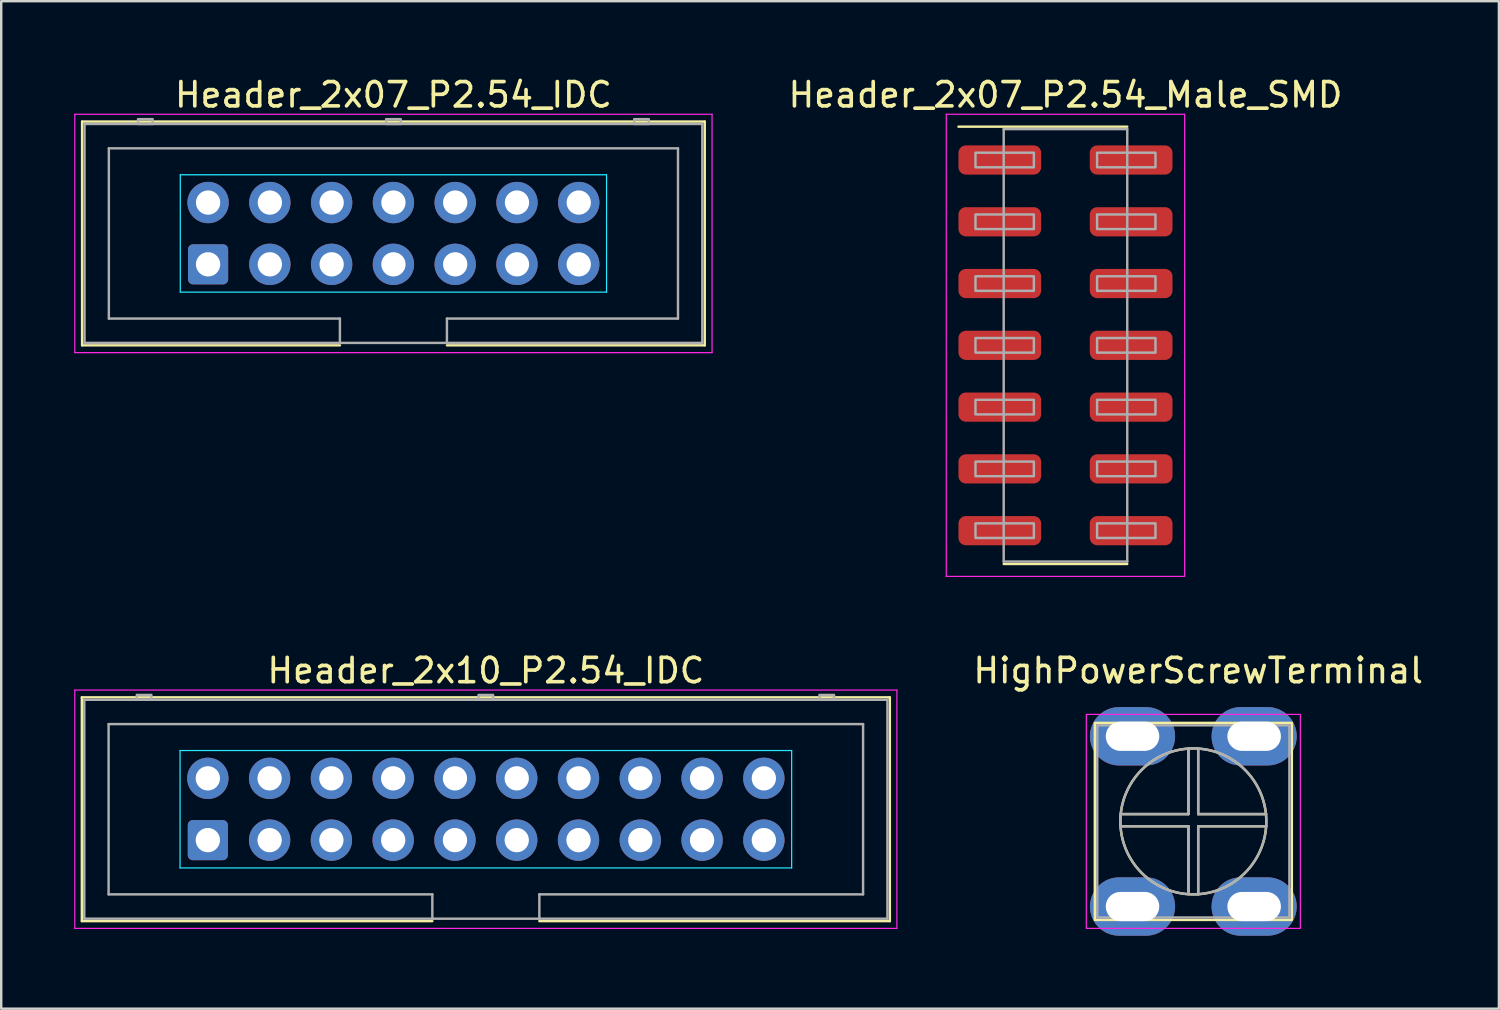
<source format=kicad_pcb>
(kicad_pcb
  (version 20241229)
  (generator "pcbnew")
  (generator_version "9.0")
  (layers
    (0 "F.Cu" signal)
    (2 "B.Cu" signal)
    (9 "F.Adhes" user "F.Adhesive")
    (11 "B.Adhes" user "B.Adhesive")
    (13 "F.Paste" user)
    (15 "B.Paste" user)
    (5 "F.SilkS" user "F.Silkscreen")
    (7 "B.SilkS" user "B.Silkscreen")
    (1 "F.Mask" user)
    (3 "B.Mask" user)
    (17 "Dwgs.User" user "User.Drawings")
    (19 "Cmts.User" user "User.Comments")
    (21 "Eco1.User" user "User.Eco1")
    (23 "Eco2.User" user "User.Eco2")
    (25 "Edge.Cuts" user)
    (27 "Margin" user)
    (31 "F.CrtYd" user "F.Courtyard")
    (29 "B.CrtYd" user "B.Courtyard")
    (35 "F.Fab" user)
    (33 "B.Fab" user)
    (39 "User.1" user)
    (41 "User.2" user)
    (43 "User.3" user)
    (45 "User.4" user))
  (footprint "Header_2x07_P2.54_IDC"
    (layer "F.Cu")
    (at 13.125 6.548)
    (property "Reference" "Header_2x07_P2.54_IDC" (at 0 -5.7 0) (layer "F.SilkS") (effects (font (size 1 1) (thickness 0.15))))
    (attr through_hole)
    (fp_line (start -12.8 -4.6) (end -12.8 4.6) (stroke (width 0.1) (type solid)) (layer "F.SilkS"))
    (fp_line (start -12.8 4.6) (end -2.2 4.6) (stroke (width 0.1) (type solid)) (layer "F.SilkS"))
    (fp_line (start 2.2 4.6) (end 12.8 4.6) (stroke (width 0.1) (type solid)) (layer "F.SilkS"))
    (fp_line (start 12.8 -4.6) (end -12.8 -4.6) (stroke (width 0.1) (type solid)) (layer "F.SilkS"))
    (fp_line (start 12.8 4.6) (end 12.8 -4.6) (stroke (width 0.1) (type solid)) (layer "F.SilkS"))
    (fp_line (start -8.763 -2.413) (end -8.763 2.413) (stroke (width 0.05) (type solid)) (layer "B.CrtYd"))
    (fp_line (start -8.763 2.413) (end 8.763 2.413) (stroke (width 0.05) (type solid)) (layer "B.CrtYd"))
    (fp_line (start 8.763 -2.413) (end -8.763 -2.413) (stroke (width 0.05) (type solid)) (layer "B.CrtYd"))
    (fp_line (start 8.763 2.413) (end 8.763 -2.413) (stroke (width 0.05) (type solid)) (layer "B.CrtYd"))
    (fp_line (start -13.1 -4.9) (end -13.1 4.9) (stroke (width 0.05) (type solid)) (layer "F.CrtYd"))
    (fp_line (start -13.1 4.9) (end 13.1 4.9) (stroke (width 0.05) (type solid)) (layer "F.CrtYd"))
    (fp_line (start 13.1 -4.9) (end -13.1 -4.9) (stroke (width 0.05) (type solid)) (layer "F.CrtYd"))
    (fp_line (start 13.1 4.9) (end 13.1 -4.9) (stroke (width 0.05) (type solid)) (layer "F.CrtYd"))
    (fp_line (start -12.7 -4.5) (end -12.7 4.5) (stroke (width 0.1) (type solid)) (layer "F.Fab"))
    (fp_line (start -12.7 -4.5) (end 12.7 -4.5) (stroke (width 0.1) (type solid)) (layer "F.Fab"))
    (fp_line (start -12.7 4.5) (end 12.7 4.5) (stroke (width 0.1) (type solid)) (layer "F.Fab"))
    (fp_line (start -11.7 -3.5) (end 11.7 -3.5) (stroke (width 0.1) (type solid)) (layer "F.Fab"))
    (fp_line (start -11.7 3.5) (end -11.7 -3.5) (stroke (width 0.1) (type solid)) (layer "F.Fab"))
    (fp_line (start -2.2 3.5) (end -11.7 3.5) (stroke (width 0.1) (type solid)) (layer "F.Fab"))
    (fp_line (start -2.2 3.5) (end -2.2 4.5) (stroke (width 0.1) (type solid)) (layer "F.Fab"))
    (fp_line (start 2.2 3.5) (end 2.2 4.5) (stroke (width 0.1) (type solid)) (layer "F.Fab"))
    (fp_line (start 11.7 -3.5) (end 11.7 3.5) (stroke (width 0.1) (type solid)) (layer "F.Fab"))
    (fp_line (start 11.7 3.5) (end 2.2 3.5) (stroke (width 0.1) (type solid)) (layer "F.Fab"))
    (fp_line (start 12.7 -4.5) (end 12.7 4.5) (stroke (width 0.1) (type solid)) (layer "F.Fab"))
    (fp_poly (pts (xy -9.9 -4.5) (xy -10.5 -4.5) (xy -10.5 -4.7) (xy -9.9 -4.7)) (stroke (width 0.1) (type solid)) (fill no) (layer "F.Fab"))
    (fp_poly (pts (xy 0.3 -4.5) (xy -0.3 -4.5) (xy -0.3 -4.7) (xy 0.3 -4.7)) (stroke (width 0.1) (type solid)) (fill no) (layer "F.Fab"))
    (fp_poly (pts (xy 10.5 -4.5) (xy 9.9 -4.5) (xy 9.9 -4.7) (xy 10.5 -4.7)) (stroke (width 0.1) (type solid)) (fill no) (layer "F.Fab"))
    (pad "1" thru_hole roundrect (at -7.62 1.27) (size 1.65 1.65) (drill 1) (layers "*.Cu" "*.Mask") (roundrect_rratio 0.125))
    (pad "2" thru_hole circle (at -7.62 -1.27) (size 1.7 1.7) (drill 1) (layers "*.Cu" "*.Mask"))
    (pad "3" thru_hole circle (at -5.08 1.27) (size 1.7 1.7) (drill 1) (layers "*.Cu" "*.Mask"))
    (pad "4" thru_hole circle (at -5.08 -1.27) (size 1.7 1.7) (drill 1) (layers "*.Cu" "*.Mask"))
    (pad "5" thru_hole circle (at -2.54 1.27) (size 1.7 1.7) (drill 1) (layers "*.Cu" "*.Mask"))
    (pad "6" thru_hole circle (at -2.54 -1.27) (size 1.7 1.7) (drill 1) (layers "*.Cu" "*.Mask"))
    (pad "7" thru_hole circle (at 0 1.27) (size 1.7 1.7) (drill 1) (layers "*.Cu" "*.Mask"))
    (pad "8" thru_hole circle (at 0 -1.27) (size 1.7 1.7) (drill 1) (layers "*.Cu" "*.Mask"))
    (pad "9" thru_hole circle (at 2.54 1.27) (size 1.7 1.7) (drill 1) (layers "*.Cu" "*.Mask"))
    (pad "10" thru_hole circle (at 2.54 -1.27) (size 1.7 1.7) (drill 1) (layers "*.Cu" "*.Mask"))
    (pad "11" thru_hole circle (at 5.08 1.27) (size 1.7 1.7) (drill 1) (layers "*.Cu" "*.Mask"))
    (pad "12" thru_hole circle (at 5.08 -1.27) (size 1.7 1.7) (drill 1) (layers "*.Cu" "*.Mask"))
    (pad "13" thru_hole circle (at 7.62 1.27) (size 1.7 1.7) (drill 1) (layers "*.Cu" "*.Mask"))
    (pad "14" thru_hole circle (at 7.62 -1.27) (size 1.7 1.7) (drill 1) (layers "*.Cu" "*.Mask")))
  (footprint "HighPowerScrewTerminal"
    (layer "F.Cu")
    (at 46.013 30.721)
    (property "Reference" "HighPowerScrewTerminal" (at 0.2 -6.2 0) (unlocked yes) (layer "F.SilkS") (effects (font (size 1 1) (thickness 0.15))))
    (attr through_hole)
    (fp_line (start -3 0.2) (end -0.2 0.2) (stroke (width 0.1) (type solid)) (layer "F.SilkS"))
    (fp_line (start -0.2 -3) (end -0.2 -0.3) (stroke (width 0.1) (type solid)) (layer "F.SilkS"))
    (fp_line (start -0.2 -0.3) (end -2.9 -0.3) (stroke (width 0.1) (type solid)) (layer "F.SilkS"))
    (fp_line (start -0.2 0.2) (end -0.2 2.9) (stroke (width 0.1) (type solid)) (layer "F.SilkS"))
    (fp_line (start 0.2 -3) (end 0.2 -0.3) (stroke (width 0.1) (type solid)) (layer "F.SilkS"))
    (fp_line (start 0.2 -0.3) (end 3 -0.3) (stroke (width 0.1) (type solid)) (layer "F.SilkS"))
    (fp_line (start 0.2 0.2) (end 3 0.2) (stroke (width 0.1) (type solid)) (layer "F.SilkS"))
    (fp_line (start 0.2 3) (end 0.2 0.2) (stroke (width 0.1) (type solid)) (layer "F.SilkS"))
    (fp_rect (start -4.05 -4.05) (end 4.05 4.05) (stroke (width 0.1) (type solid)) (fill no) (layer "F.SilkS"))
    (fp_circle (center 0 0) (end 0 3) (stroke (width 0.1) (type solid)) (fill no) (layer "F.SilkS"))
    (fp_rect (start -4.4 -4.4) (end 4.4 4.4) (stroke (width 0.05) (type solid)) (fill no) (layer "F.CrtYd"))
    (fp_line (start -3 -0.3) (end -0.2 -0.3) (stroke (width 0.1) (type solid)) (layer "F.Fab"))
    (fp_line (start -0.2 -0.3) (end -0.2 -3) (stroke (width 0.1) (type solid)) (layer "F.Fab"))
    (fp_line (start -0.2 0.2) (end -3 0.2) (stroke (width 0.1) (type solid)) (layer "F.Fab"))
    (fp_line (start -0.2 3) (end -0.2 0.2) (stroke (width 0.1) (type solid)) (layer "F.Fab"))
    (fp_line (start 0.2 -3) (end 0.2 -0.3) (stroke (width 0.1) (type solid)) (layer "F.Fab"))
    (fp_line (start 0.2 -0.3) (end 2.9 -0.3) (stroke (width 0.1) (type solid)) (layer "F.Fab"))
    (fp_line (start 0.2 0.2) (end 0.2 3) (stroke (width 0.1) (type solid)) (layer "F.Fab"))
    (fp_line (start 3 0.2) (end 0.2 0.2) (stroke (width 0.1) (type solid)) (layer "F.Fab"))
    (fp_rect (start -3.95 -3.95) (end 3.95 3.95) (stroke (width 0.1) (type solid)) (fill no) (layer "F.Fab"))
    (fp_circle (center 0 0) (end 0 3) (stroke (width 0.1) (type solid)) (fill no) (layer "F.Fab"))
    (pad "1" thru_hole oval (at -2.5 -3.5) (size 3.5 2.4) (drill oval 2.2 1.2) (layers "*.Cu" "*.Mask"))
    (pad "1" thru_hole oval (at -2.5 3.5) (size 3.5 2.4) (drill oval 2.2 1.2) (layers "*.Cu" "*.Mask"))
    (pad "1" thru_hole oval (at 2.5 -3.5) (size 3.5 2.4) (drill oval 2.2 1.2) (layers "*.Cu" "*.Mask"))
    (pad "1" thru_hole oval (at 2.5 3.5) (size 3.5 2.4) (drill oval 2.2 1.2) (layers "*.Cu" "*.Mask")))
  (footprint "Header_2x10_P2.54_IDC"
    (layer "F.Cu")
    (at 16.925 30.221)
    (property "Reference" "Header_2x10_P2.54_IDC" (at 0 -5.7 0) (layer "F.SilkS") (effects (font (size 1 1) (thickness 0.15))))
    (attr through_hole)
    (fp_line (start -16.61 -4.6) (end -16.61 4.6) (stroke (width 0.1) (type solid)) (layer "F.SilkS"))
    (fp_line (start -16.61 4.6) (end -2.2 4.6) (stroke (width 0.1) (type solid)) (layer "F.SilkS"))
    (fp_line (start 2.2 4.6) (end 16.61 4.6) (stroke (width 0.1) (type solid)) (layer "F.SilkS"))
    (fp_line (start 16.61 -4.6) (end -16.61 -4.6) (stroke (width 0.1) (type solid)) (layer "F.SilkS"))
    (fp_line (start 16.61 4.6) (end 16.61 -4.6) (stroke (width 0.1) (type solid)) (layer "F.SilkS"))
    (fp_line (start -12.573 -2.413) (end -12.573 2.413) (stroke (width 0.05) (type solid)) (layer "B.CrtYd"))
    (fp_line (start -12.573 2.413) (end 12.573 2.413) (stroke (width 0.05) (type solid)) (layer "B.CrtYd"))
    (fp_line (start 12.573 -2.413) (end -12.573 -2.413) (stroke (width 0.05) (type solid)) (layer "B.CrtYd"))
    (fp_line (start 12.573 2.413) (end 12.573 -2.413) (stroke (width 0.05) (type solid)) (layer "B.CrtYd"))
    (fp_line (start -16.9 -4.9) (end -16.9 4.9) (stroke (width 0.05) (type solid)) (layer "F.CrtYd"))
    (fp_line (start -16.9 4.9) (end 16.9 4.9) (stroke (width 0.05) (type solid)) (layer "F.CrtYd"))
    (fp_line (start 16.9 -4.9) (end -16.9 -4.9) (stroke (width 0.05) (type solid)) (layer "F.CrtYd"))
    (fp_line (start 16.9 4.9) (end 16.9 -4.9) (stroke (width 0.05) (type solid)) (layer "F.CrtYd"))
    (fp_line (start -16.51 -4.5) (end -16.51 4.5) (stroke (width 0.1) (type solid)) (layer "F.Fab"))
    (fp_line (start -16.51 -4.5) (end 16.51 -4.5) (stroke (width 0.1) (type solid)) (layer "F.Fab"))
    (fp_line (start -16.51 4.5) (end 16.51 4.5) (stroke (width 0.1) (type solid)) (layer "F.Fab"))
    (fp_line (start -15.51 -3.5) (end 15.51 -3.5) (stroke (width 0.1) (type solid)) (layer "F.Fab"))
    (fp_line (start -15.51 3.5) (end -15.51 -3.5) (stroke (width 0.1) (type solid)) (layer "F.Fab"))
    (fp_line (start -2.2 3.5) (end -15.51 3.5) (stroke (width 0.1) (type solid)) (layer "F.Fab"))
    (fp_line (start -2.2 3.5) (end -2.2 4.5) (stroke (width 0.1) (type solid)) (layer "F.Fab"))
    (fp_line (start 2.2 3.5) (end 2.2 4.5) (stroke (width 0.1) (type solid)) (layer "F.Fab"))
    (fp_line (start 15.51 -3.5) (end 15.51 3.5) (stroke (width 0.1) (type solid)) (layer "F.Fab"))
    (fp_line (start 15.51 3.5) (end 2.2 3.5) (stroke (width 0.1) (type solid)) (layer "F.Fab"))
    (fp_line (start 16.51 -4.5) (end 16.51 4.5) (stroke (width 0.1) (type solid)) (layer "F.Fab"))
    (fp_poly (pts (xy -13.751 -4.5) (xy -14.351 -4.5) (xy -14.351 -4.7) (xy -13.751 -4.7)) (stroke (width 0.1) (type solid)) (fill no) (layer "F.Fab"))
    (fp_poly (pts (xy 0.3 -4.5) (xy -0.3 -4.5) (xy -0.3 -4.7) (xy 0.3 -4.7)) (stroke (width 0.1) (type solid)) (fill no) (layer "F.Fab"))
    (fp_poly (pts (xy 14.316 -4.5) (xy 13.716 -4.5) (xy 13.716 -4.7) (xy 14.316 -4.7)) (stroke (width 0.1) (type solid)) (fill no) (layer "F.Fab"))
    (pad "1" thru_hole roundrect (at -11.43 1.27) (size 1.65 1.65) (drill 1) (layers "*.Cu" "*.Mask") (roundrect_rratio 0.125))
    (pad "2" thru_hole circle (at -11.43 -1.27) (size 1.7 1.7) (drill 1) (layers "*.Cu" "*.Mask"))
    (pad "3" thru_hole circle (at -8.89 1.27) (size 1.7 1.7) (drill 1) (layers "*.Cu" "*.Mask"))
    (pad "4" thru_hole circle (at -8.89 -1.27) (size 1.7 1.7) (drill 1) (layers "*.Cu" "*.Mask"))
    (pad "5" thru_hole circle (at -6.35 1.27) (size 1.7 1.7) (drill 1) (layers "*.Cu" "*.Mask"))
    (pad "6" thru_hole circle (at -6.35 -1.27) (size 1.7 1.7) (drill 1) (layers "*.Cu" "*.Mask"))
    (pad "7" thru_hole circle (at -3.81 1.27) (size 1.7 1.7) (drill 1) (layers "*.Cu" "*.Mask"))
    (pad "8" thru_hole circle (at -3.81 -1.27) (size 1.7 1.7) (drill 1) (layers "*.Cu" "*.Mask"))
    (pad "9" thru_hole circle (at -1.27 1.27) (size 1.7 1.7) (drill 1) (layers "*.Cu" "*.Mask"))
    (pad "10" thru_hole circle (at -1.27 -1.27) (size 1.7 1.7) (drill 1) (layers "*.Cu" "*.Mask"))
    (pad "11" thru_hole circle (at 1.27 1.27) (size 1.7 1.7) (drill 1) (layers "*.Cu" "*.Mask"))
    (pad "12" thru_hole circle (at 1.27 -1.27) (size 1.7 1.7) (drill 1) (layers "*.Cu" "*.Mask"))
    (pad "13" thru_hole circle (at 3.81 1.27) (size 1.7 1.7) (drill 1) (layers "*.Cu" "*.Mask"))
    (pad "14" thru_hole circle (at 3.81 -1.27) (size 1.7 1.7) (drill 1) (layers "*.Cu" "*.Mask"))
    (pad "15" thru_hole circle (at 6.35 1.27) (size 1.7 1.7) (drill 1) (layers "*.Cu" "*.Mask"))
    (pad "16" thru_hole circle (at 6.35 -1.27) (size 1.7 1.7) (drill 1) (layers "*.Cu" "*.Mask"))
    (pad "17" thru_hole circle (at 8.89 1.27) (size 1.7 1.7) (drill 1) (layers "*.Cu" "*.Mask"))
    (pad "18" thru_hole circle (at 8.89 -1.27) (size 1.7 1.7) (drill 1) (layers "*.Cu" "*.Mask"))
    (pad "19" thru_hole circle (at 11.43 1.27) (size 1.7 1.7) (drill 1) (layers "*.Cu" "*.Mask"))
    (pad "20" thru_hole circle (at 11.43 -1.27) (size 1.7 1.7) (drill 1) (layers "*.Cu" "*.Mask")))
  (footprint "Header_2x07_P2.54_Male_SMD"
    (layer "F.Cu")
    (at 40.756 11.148)
    (property "Reference" "Header_2x07_P2.54_Male_SMD" (at 0 -10.3 0) (layer "F.SilkS") (effects (font (size 1 1) (thickness 0.15))))
    (attr smd)
    (fp_line (start 2.54 -8.99) (end -4.4 -8.99) (stroke (width 0.1) (type solid)) (layer "F.SilkS"))
    (fp_line (start 2.54 8.99) (end -2.54 8.99) (stroke (width 0.1) (type solid)) (layer "F.SilkS"))
    (fp_line (start -4.9 -9.5) (end -4.9 9.5) (stroke (width 0.05) (type solid)) (layer "F.CrtYd"))
    (fp_line (start -4.9 9.5) (end 4.9 9.5) (stroke (width 0.05) (type solid)) (layer "F.CrtYd"))
    (fp_line (start 4.9 -9.5) (end -4.9 -9.5) (stroke (width 0.05) (type solid)) (layer "F.CrtYd"))
    (fp_line (start 4.9 9.5) (end 4.9 -9.5) (stroke (width 0.05) (type solid)) (layer "F.CrtYd"))
    (fp_line (start -2.54 -8.89) (end 2.54 -8.89) (stroke (width 0.1) (type solid)) (layer "F.Fab"))
    (fp_line (start -2.54 8.89) (end -2.54 -8.89) (stroke (width 0.1) (type solid)) (layer "F.Fab"))
    (fp_line (start 2.54 -8.89) (end 2.54 8.89) (stroke (width 0.1) (type solid)) (layer "F.Fab"))
    (fp_line (start 2.54 8.89) (end -2.54 8.89) (stroke (width 0.1) (type solid)) (layer "F.Fab"))
    (fp_poly (pts (xy -1.3 -7.32) (xy -3.7 -7.32) (xy -3.7 -7.92) (xy -1.3 -7.92)) (stroke (width 0.1) (type solid)) (fill no) (layer "F.Fab"))
    (fp_poly (pts (xy -1.3 -4.78) (xy -3.7 -4.78) (xy -3.7 -5.38) (xy -1.3 -5.38)) (stroke (width 0.1) (type solid)) (fill no) (layer "F.Fab"))
    (fp_poly (pts (xy -1.3 -2.24) (xy -3.7 -2.24) (xy -3.7 -2.84) (xy -1.3 -2.84)) (stroke (width 0.1) (type solid)) (fill no) (layer "F.Fab"))
    (fp_poly (pts (xy -1.3 0.3) (xy -3.7 0.3) (xy -3.7 -0.3) (xy -1.3 -0.3)) (stroke (width 0.1) (type solid)) (fill no) (layer "F.Fab"))
    (fp_poly (pts (xy -1.3 2.84) (xy -3.7 2.84) (xy -3.7 2.24) (xy -1.3 2.24)) (stroke (width 0.1) (type solid)) (fill no) (layer "F.Fab"))
    (fp_poly (pts (xy -1.3 5.38) (xy -3.7 5.38) (xy -3.7 4.78) (xy -1.3 4.78)) (stroke (width 0.1) (type solid)) (fill no) (layer "F.Fab"))
    (fp_poly (pts (xy -1.3 7.92) (xy -3.7 7.92) (xy -3.7 7.32) (xy -1.3 7.32)) (stroke (width 0.1) (type solid)) (fill no) (layer "F.Fab"))
    (fp_poly (pts (xy 1.3 -7.92) (xy 3.7 -7.92) (xy 3.7 -7.32) (xy 1.3 -7.32)) (stroke (width 0.1) (type solid)) (fill no) (layer "F.Fab"))
    (fp_poly (pts (xy 1.3 -5.38) (xy 3.7 -5.38) (xy 3.7 -4.78) (xy 1.3 -4.78)) (stroke (width 0.1) (type solid)) (fill no) (layer "F.Fab"))
    (fp_poly (pts (xy 1.3 -2.84) (xy 3.7 -2.84) (xy 3.7 -2.24) (xy 1.3 -2.24)) (stroke (width 0.1) (type solid)) (fill no) (layer "F.Fab"))
    (fp_poly (pts (xy 1.3 -0.3) (xy 3.7 -0.3) (xy 3.7 0.3) (xy 1.3 0.3)) (stroke (width 0.1) (type solid)) (fill no) (layer "F.Fab"))
    (fp_poly (pts (xy 1.3 2.24) (xy 3.7 2.24) (xy 3.7 2.84) (xy 1.3 2.84)) (stroke (width 0.1) (type solid)) (fill no) (layer "F.Fab"))
    (fp_poly (pts (xy 1.3 4.78) (xy 3.7 4.78) (xy 3.7 5.38) (xy 1.3 5.38)) (stroke (width 0.1) (type solid)) (fill no) (layer "F.Fab"))
    (fp_poly (pts (xy 1.3 7.32) (xy 3.7 7.32) (xy 3.7 7.92) (xy 1.3 7.92)) (stroke (width 0.1) (type solid)) (fill no) (layer "F.Fab"))
    (pad "1" smd roundrect (at -2.7 -7.62) (size 3.4 1.2) (layers "F.Cu" "F.Mask" "F.Paste") (roundrect_rratio 0.25))
    (pad "2" smd roundrect (at 2.7 -7.62) (size 3.4 1.2) (layers "F.Cu" "F.Mask" "F.Paste") (roundrect_rratio 0.25))
    (pad "3" smd roundrect (at -2.7 -5.08) (size 3.4 1.2) (layers "F.Cu" "F.Mask" "F.Paste") (roundrect_rratio 0.25))
    (pad "4" smd roundrect (at 2.7 -5.08) (size 3.4 1.2) (layers "F.Cu" "F.Mask" "F.Paste") (roundrect_rratio 0.25))
    (pad "5" smd roundrect (at -2.7 -2.54) (size 3.4 1.2) (layers "F.Cu" "F.Mask" "F.Paste") (roundrect_rratio 0.25))
    (pad "6" smd roundrect (at 2.7 -2.54) (size 3.4 1.2) (layers "F.Cu" "F.Mask" "F.Paste") (roundrect_rratio 0.25))
    (pad "7" smd roundrect (at -2.7 0) (size 3.4 1.2) (layers "F.Cu" "F.Mask" "F.Paste") (roundrect_rratio 0.25))
    (pad "8" smd roundrect (at 2.7 0) (size 3.4 1.2) (layers "F.Cu" "F.Mask" "F.Paste") (roundrect_rratio 0.25))
    (pad "9" smd roundrect (at -2.7 2.54) (size 3.4 1.2) (layers "F.Cu" "F.Mask" "F.Paste") (roundrect_rratio 0.25))
    (pad "10" smd roundrect (at 2.7 2.54) (size 3.4 1.2) (layers "F.Cu" "F.Mask" "F.Paste") (roundrect_rratio 0.25))
    (pad "11" smd roundrect (at -2.7 5.08) (size 3.4 1.2) (layers "F.Cu" "F.Mask" "F.Paste") (roundrect_rratio 0.25))
    (pad "12" smd roundrect (at 2.7 5.08) (size 3.4 1.2) (layers "F.Cu" "F.Mask" "F.Paste") (roundrect_rratio 0.25))
    (pad "13" smd roundrect (at -2.7 7.62) (size 3.4 1.2) (layers "F.Cu" "F.Mask" "F.Paste") (roundrect_rratio 0.25))
    (pad "14" smd roundrect (at 2.7 7.62) (size 3.4 1.2) (layers "F.Cu" "F.Mask" "F.Paste") (roundrect_rratio 0.25)))
  (gr_rect
    (start -3 -3)
    (end 58.576 38.422)
    (stroke (width 0.1) (type default))
    (fill no)
    (layer "Edge.Cuts")))
</source>
